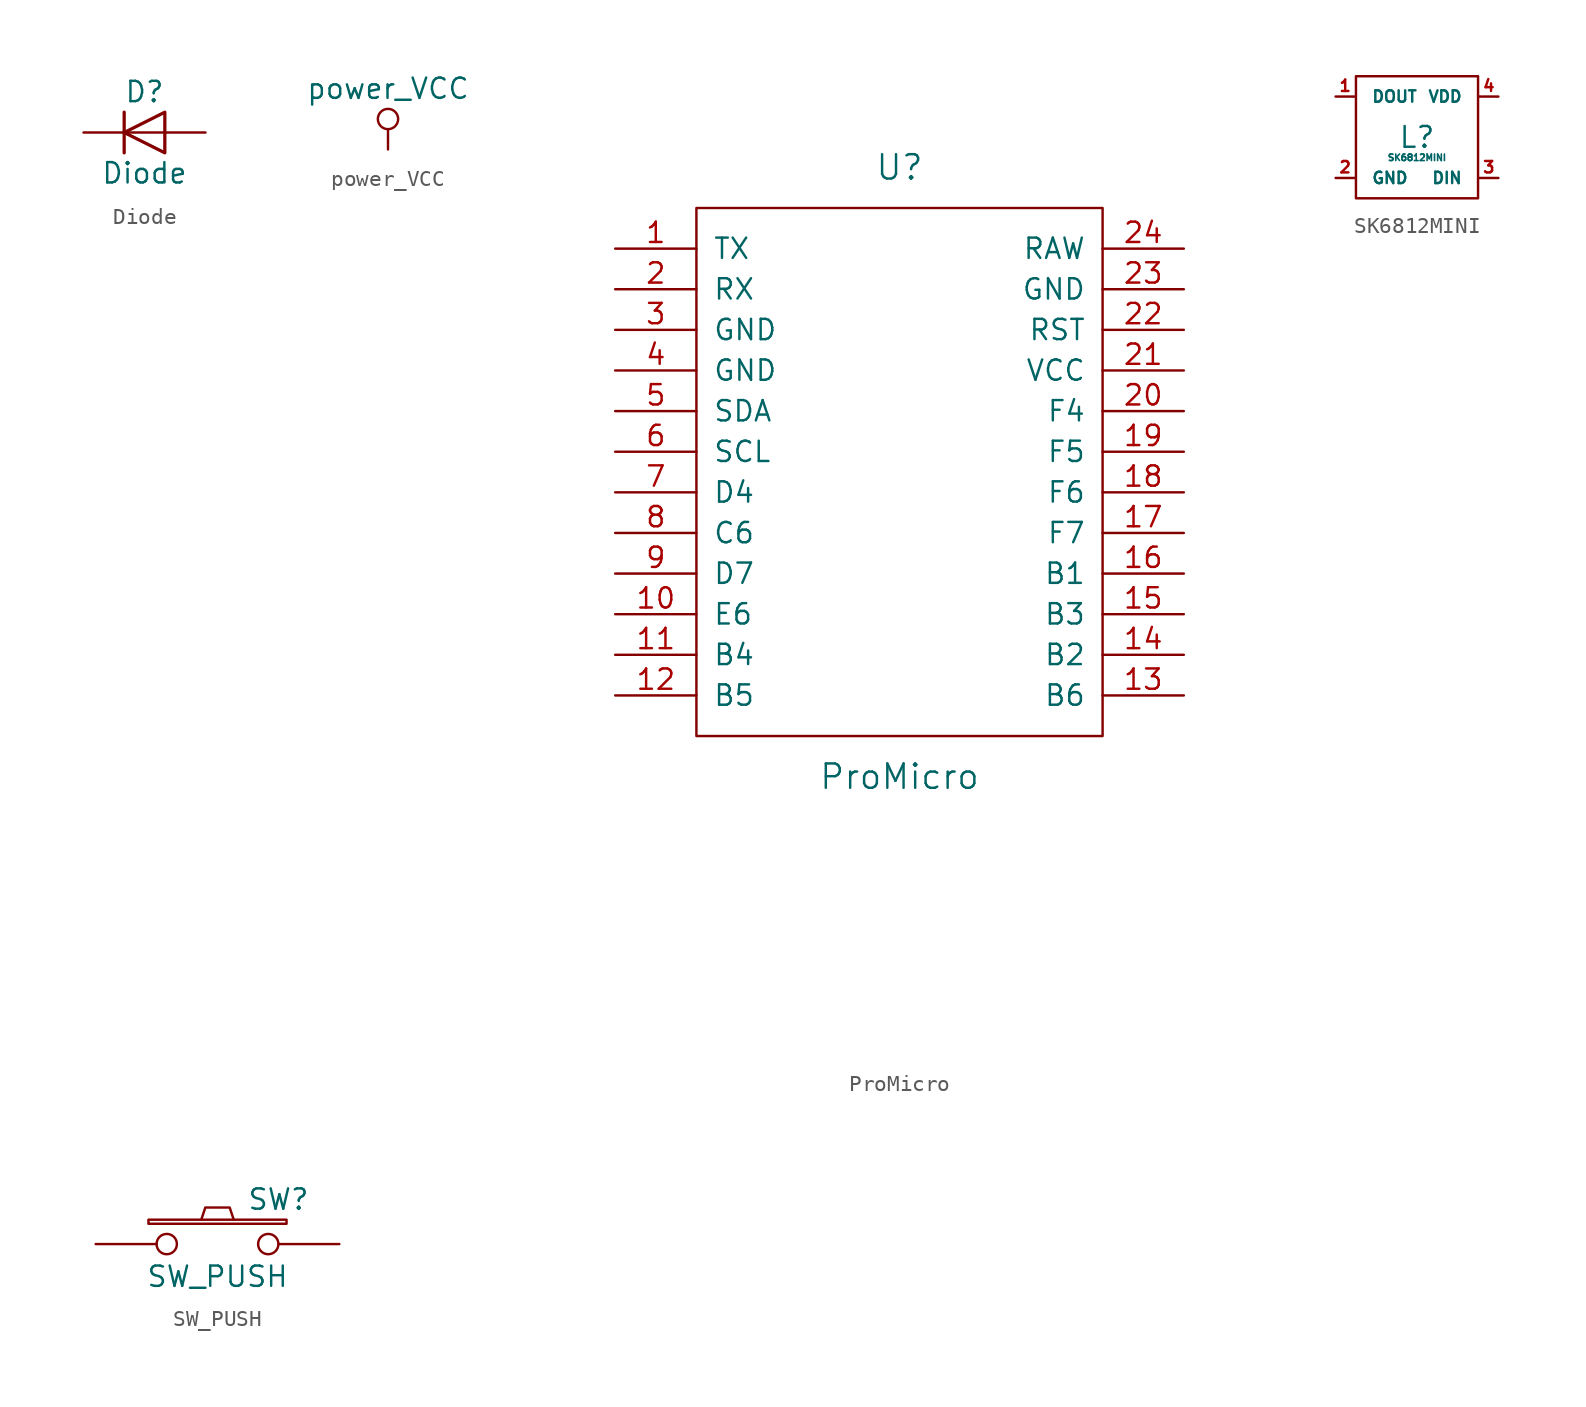
<source format=kicad_sym>
(kicad_symbol_lib
  (version 20211014)
  (generator kicad_symbol_editor)
  (symbol "Diode"
    (pin_numbers hide)
    (pin_names
      (offset 1.016) hide)
    (property "Reference" "D"
      (at 0 2.54 0)
      (effects (font (size 1.27 1.27))))
    (property "Value" "Diode"
      (at 0 -2.54 0)
      (effects (font (size 1.27 1.27))))
    (symbol "Diode_0_1"
      (polyline (pts (xy -1.27 1.27) (xy -1.27 -1.27)) (stroke (width 0.203) (type default) (color 0 0 0 0)) (fill (type none)))
      (polyline (pts (xy 1.27 0) (xy -1.27 0)) (stroke (width 0) (type default) (color 0 0 0 0)) (fill (type none)))
      (polyline (pts (xy 1.27 1.27) (xy 1.27 -1.27) (xy -1.27 0) (xy 1.27 1.27)) (stroke (width 0.203) (type default) (color 0 0 0 0)) (fill (type none))))
    (symbol "Diode_1_1"
      (pin passive line (at -3.81 0 0) (length 2.54) (name "K" (effects (font (size 1.27 1.27)))) (number "1" (effects (font (size 1.27 1.27)))))
      (pin passive line (at 3.81 0 180) (length 2.54) (name "A" (effects (font (size 1.27 1.27)))) (number "2" (effects (font (size 1.27 1.27)))))))
  (symbol "power_VCC"
    (power)
    (pin_names
      (offset 0))
    (property "Reference" "#PWR"
      (at 0 -3.81 0)
      (effects (font (size 1.27 1.27)) hide))
    (property "Value" "power_VCC"
      (at 0 3.81 0)
      (effects (font (size 1.27 1.27))))
    (symbol "power_VCC_0_1"
      (polyline (pts (xy 0 0) (xy 0 1.27)) (stroke (width 0) (type default) (color 0 0 0 0)) (fill (type none)))
      (circle (center 0 1.905) (radius 0.635) (stroke (width 0) (type default) (color 0 0 0 0)) (fill (type none))))
    (symbol "power_VCC_1_1"
      (pin power_in line (at 0 0 90) (length 0) hide (name "VCC" (effects (font (size 1.27 1.27)))) (number "1" (effects (font (size 1.27 1.27)))))))
  (symbol "ProMicro"
    (pin_names
      (offset 1.016))
    (property "Reference" "U"
      (at 0 24.13 0)
      (effects (font (size 1.524 1.524))))
    (property "Value" "ProMicro"
      (at 0 -13.97 0)
      (effects (font (size 1.524 1.524))))
    (property "Footprint" ""
      (at 2.54 -26.67 0)
      (effects (font (size 1.524 1.524))))
    (property "Datasheet" ""
      (at 2.54 -26.67 0)
      (effects (font (size 1.524 1.524))))
    (symbol "ProMicro_0_1"
      (rectangle (start -12.7 21.59) (end 12.7 -11.43) (stroke (width 0) (type default) (color 0 0 0 0)) (fill (type none))))
    (symbol "ProMicro_1_1"
      (pin bidirectional line (at -17.78 19.05 0) (length 5.08) (name "TX" (effects (font (size 1.27 1.27)))) (number "1" (effects (font (size 1.27 1.27)))))
      (pin bidirectional line (at -17.78 -3.81 0) (length 5.08) (name "E6" (effects (font (size 1.27 1.27)))) (number "10" (effects (font (size 1.27 1.27)))))
      (pin bidirectional line (at -17.78 -6.35 0) (length 5.08) (name "B4" (effects (font (size 1.27 1.27)))) (number "11" (effects (font (size 1.27 1.27)))))
      (pin bidirectional line (at -17.78 -8.89 0) (length 5.08) (name "B5" (effects (font (size 1.27 1.27)))) (number "12" (effects (font (size 1.27 1.27)))))
      (pin bidirectional line (at 17.78 -8.89 180) (length 5.08) (name "B6" (effects (font (size 1.27 1.27)))) (number "13" (effects (font (size 1.27 1.27)))))
      (pin bidirectional line (at 17.78 -6.35 180) (length 5.08) (name "B2" (effects (font (size 1.27 1.27)))) (number "14" (effects (font (size 1.27 1.27)))))
      (pin bidirectional line (at 17.78 -3.81 180) (length 5.08) (name "B3" (effects (font (size 1.27 1.27)))) (number "15" (effects (font (size 1.27 1.27)))))
      (pin bidirectional line (at 17.78 -1.27 180) (length 5.08) (name "B1" (effects (font (size 1.27 1.27)))) (number "16" (effects (font (size 1.27 1.27)))))
      (pin bidirectional line (at 17.78 1.27 180) (length 5.08) (name "F7" (effects (font (size 1.27 1.27)))) (number "17" (effects (font (size 1.27 1.27)))))
      (pin bidirectional line (at 17.78 3.81 180) (length 5.08) (name "F6" (effects (font (size 1.27 1.27)))) (number "18" (effects (font (size 1.27 1.27)))))
      (pin bidirectional line (at 17.78 6.35 180) (length 5.08) (name "F5" (effects (font (size 1.27 1.27)))) (number "19" (effects (font (size 1.27 1.27)))))
      (pin bidirectional line (at -17.78 16.51 0) (length 5.08) (name "RX" (effects (font (size 1.27 1.27)))) (number "2" (effects (font (size 1.27 1.27)))))
      (pin bidirectional line (at 17.78 8.89 180) (length 5.08) (name "F4" (effects (font (size 1.27 1.27)))) (number "20" (effects (font (size 1.27 1.27)))))
      (pin power_in line (at 17.78 11.43 180) (length 5.08) (name "VCC" (effects (font (size 1.27 1.27)))) (number "21" (effects (font (size 1.27 1.27)))))
      (pin input line (at 17.78 13.97 180) (length 5.08) (name "RST" (effects (font (size 1.27 1.27)))) (number "22" (effects (font (size 1.27 1.27)))))
      (pin power_in line (at 17.78 16.51 180) (length 5.08) (name "GND" (effects (font (size 1.27 1.27)))) (number "23" (effects (font (size 1.27 1.27)))))
      (pin power_out line (at 17.78 19.05 180) (length 5.08) (name "RAW" (effects (font (size 1.27 1.27)))) (number "24" (effects (font (size 1.27 1.27)))))
      (pin power_in line (at -17.78 13.97 0) (length 5.08) (name "GND" (effects (font (size 1.27 1.27)))) (number "3" (effects (font (size 1.27 1.27)))))
      (pin power_in line (at -17.78 11.43 0) (length 5.08) (name "GND" (effects (font (size 1.27 1.27)))) (number "4" (effects (font (size 1.27 1.27)))))
      (pin bidirectional line (at -17.78 8.89 0) (length 5.08) (name "SDA" (effects (font (size 1.27 1.27)))) (number "5" (effects (font (size 1.27 1.27)))))
      (pin bidirectional line (at -17.78 6.35 0) (length 5.08) (name "SCL" (effects (font (size 1.27 1.27)))) (number "6" (effects (font (size 1.27 1.27)))))
      (pin bidirectional line (at -17.78 3.81 0) (length 5.08) (name "D4" (effects (font (size 1.27 1.27)))) (number "7" (effects (font (size 1.27 1.27)))))
      (pin bidirectional line (at -17.78 1.27 0) (length 5.08) (name "C6" (effects (font (size 1.27 1.27)))) (number "8" (effects (font (size 1.27 1.27)))))
      (pin bidirectional line (at -17.78 -1.27 0) (length 5.08) (name "D7" (effects (font (size 1.27 1.27)))) (number "9" (effects (font (size 1.27 1.27)))))))
  (symbol "SK6812MINI"
    (pin_names
      (offset 1.016))
    (property "Reference" "L"
      (at 0 0 0)
      (effects (font (size 1.295 1.295))))
    (property "Value" "SK6812MINI"
      (at 0 -1.27 0)
      (effects (font (size 0.406 0.406))))
    (symbol "SK6812MINI_0_1"
      (rectangle (start -3.81 3.81) (end 3.81 -3.81) (stroke (width 0) (type default) (color 0 0 0 0)) (fill (type none))))
    (symbol "SK6812MINI_1_1"
      (pin output line (at -5.08 2.54 0) (length 1.194) (name "DOUT" (effects (font (size 0.711 0.711)))) (number "1" (effects (font (size 0.711 0.711)))))
      (pin power_in line (at -5.08 -2.54 0) (length 1.194) (name "GND" (effects (font (size 0.711 0.711)))) (number "2" (effects (font (size 0.711 0.711)))))
      (pin input line (at 5.08 -2.54 180) (length 1.194) (name "DIN" (effects (font (size 0.711 0.711)))) (number "3" (effects (font (size 0.711 0.711)))))
      (pin power_in line (at 5.08 2.54 180) (length 1.194) (name "VDD" (effects (font (size 0.711 0.711)))) (number "4" (effects (font (size 0.711 0.711)))))))
  (symbol "SW_PUSH"
    (pin_numbers hide)
    (pin_names
      (offset 1.016) hide)
    (property "Reference" "SW"
      (at 3.81 2.794 0)
      (effects (font (size 1.27 1.27))))
    (property "Value" "SW_PUSH"
      (at 0 -2.032 0)
      (effects (font (size 1.27 1.27))))
    (property "Footprint" ""
      (at 0 0 0)
      (effects (font (size 1.27 1.27))))
    (property "Datasheet" ""
      (at 0 0 0)
      (effects (font (size 1.27 1.27))))
    (symbol "SW_PUSH_0_1"
      (rectangle (start -4.318 1.27) (end 4.318 1.524) (stroke (width 0) (type default) (color 0 0 0 0)) (fill (type none)))
      (polyline (pts (xy -1.016 1.524) (xy -0.762 2.286) (xy 0.762 2.286) (xy 1.016 1.524)) (stroke (width 0) (type default) (color 0 0 0 0)) (fill (type none)))
      (pin passive inverted (at -7.62 0 0) (length 5.08) (name "1" (effects (font (size 1.27 1.27)))) (number "1" (effects (font (size 1.27 1.27)))))
      (pin passive inverted (at 7.62 0 180) (length 5.08) (name "2" (effects (font (size 1.27 1.27)))) (number "2" (effects (font (size 1.27 1.27))))))))
</source>
